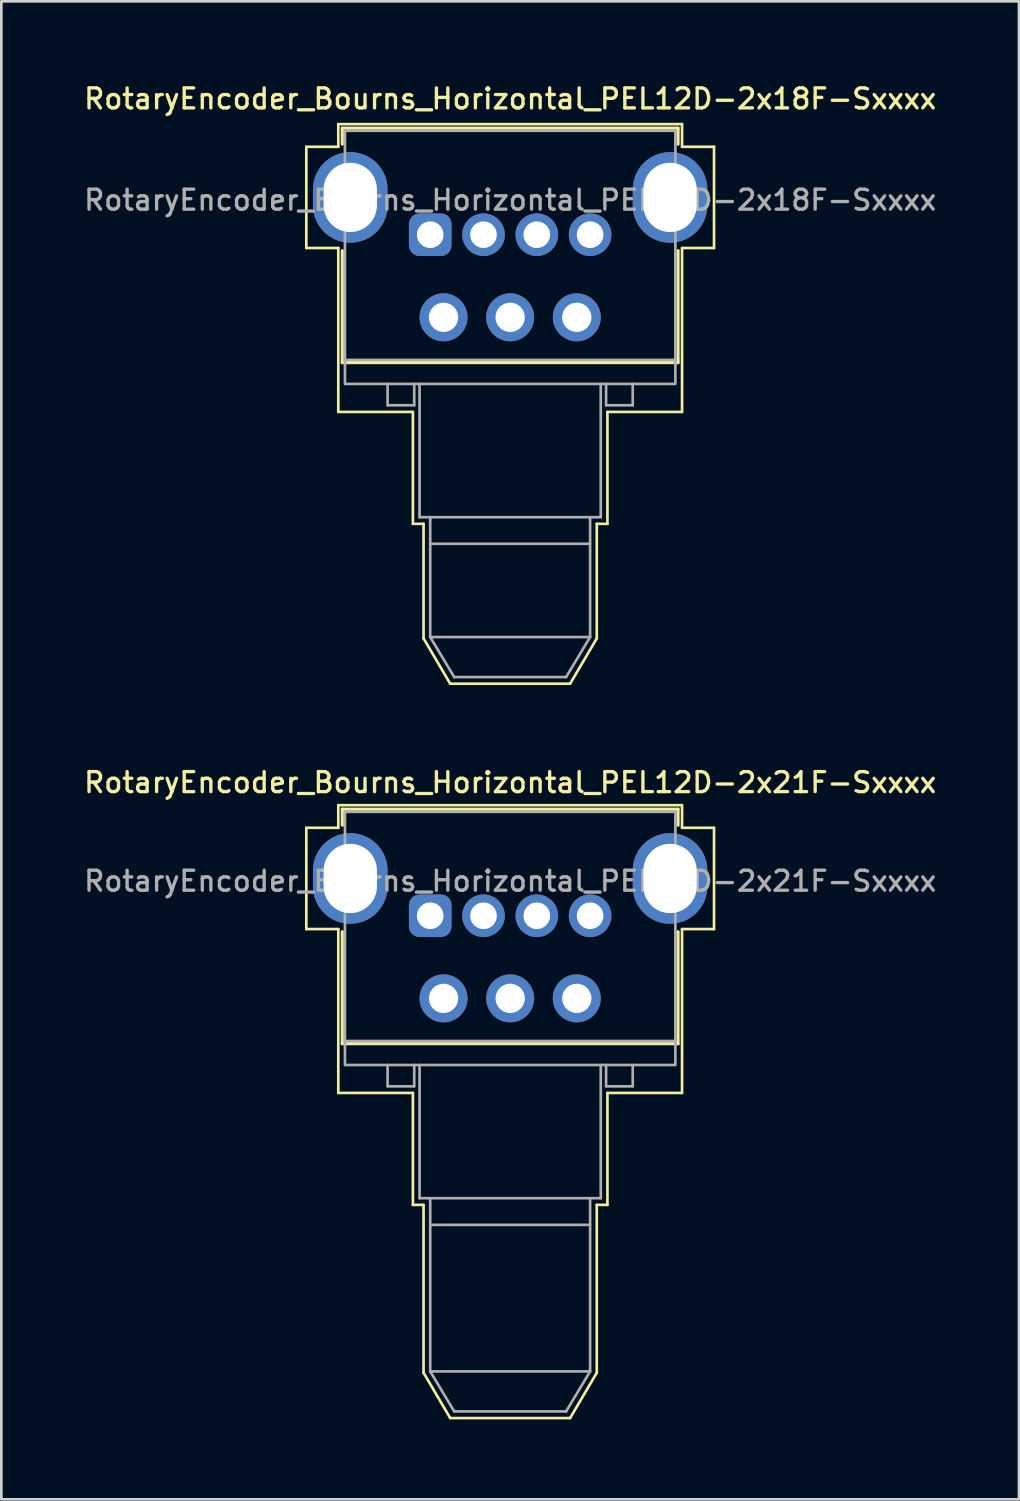
<source format=kicad_pcb>
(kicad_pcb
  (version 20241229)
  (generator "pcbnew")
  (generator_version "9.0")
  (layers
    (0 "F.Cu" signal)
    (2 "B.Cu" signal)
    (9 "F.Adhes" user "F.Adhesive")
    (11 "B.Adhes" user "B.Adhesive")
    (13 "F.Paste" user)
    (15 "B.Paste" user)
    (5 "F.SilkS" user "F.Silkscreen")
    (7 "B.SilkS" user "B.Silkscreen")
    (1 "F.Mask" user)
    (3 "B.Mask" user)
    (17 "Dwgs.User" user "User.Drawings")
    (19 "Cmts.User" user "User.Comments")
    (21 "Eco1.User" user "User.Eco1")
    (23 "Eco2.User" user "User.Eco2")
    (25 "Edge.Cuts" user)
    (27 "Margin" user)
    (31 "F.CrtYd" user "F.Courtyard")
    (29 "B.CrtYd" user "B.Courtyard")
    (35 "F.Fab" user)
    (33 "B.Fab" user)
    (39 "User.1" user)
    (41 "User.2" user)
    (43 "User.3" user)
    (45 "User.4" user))
  (footprint "RotaryEncoder_Bourns_Horizontal_PEL12D-2x18F-Sxxxx"
    (layer "F.Cu")
    (at 13.095 5.758)
    (property "Reference" "RotaryEncoder_Bourns_Horizontal_PEL12D-2x18F-Sxxxx" (at 3 -5.1 0) (layer "F.SilkS") (effects (font (size 0.75 0.75) (thickness 0.125))))
    (attr through_hole)
    (fp_line (start -4.65 -3.3) (end -4.65 0.5) (stroke (width 0.1) (type default)) (layer "F.SilkS"))
    (fp_line (start -4.65 0.5) (end -3.45 0.5) (stroke (width 0.1) (type default)) (layer "F.SilkS"))
    (fp_line (start -3.45 -4.15) (end -3.45 -3.3) (stroke (width 0.1) (type default)) (layer "F.SilkS"))
    (fp_line (start -3.45 -3.3) (end -4.65 -3.3) (stroke (width 0.1) (type default)) (layer "F.SilkS"))
    (fp_line (start -3.45 0.5) (end -3.45 6.65) (stroke (width 0.1) (type default)) (layer "F.SilkS"))
    (fp_line (start -3.3 -4) (end -3.3 -3.4) (stroke (width 0.12) (type default)) (layer "F.SilkS"))
    (fp_line (start -3.3 0.6) (end -3.3 4.8) (stroke (width 0.12) (type default)) (layer "F.SilkS"))
    (fp_line (start -3.3 4.8) (end 9.3 4.8) (stroke (width 0.12) (type default)) (layer "F.SilkS"))
    (fp_line (start -0.65 6.65) (end -3.45 6.65) (stroke (width 0.1) (type default)) (layer "F.SilkS"))
    (fp_line (start -0.65 10.85) (end -0.65 6.65) (stroke (width 0.1) (type default)) (layer "F.SilkS"))
    (fp_line (start -0.65 10.85) (end -0.25 10.85) (stroke (width 0.1) (type default)) (layer "F.SilkS"))
    (fp_line (start -0.25 10.85) (end -0.25 15.15) (stroke (width 0.1) (type default)) (layer "F.SilkS"))
    (fp_line (start -0.25 15.15) (end 0.75 16.85) (stroke (width 0.1) (type default)) (layer "F.SilkS"))
    (fp_line (start 0.75 16.85) (end 5.25 16.85) (stroke (width 0.1) (type default)) (layer "F.SilkS"))
    (fp_line (start 6.25 10.85) (end 6.65 10.85) (stroke (width 0.1) (type default)) (layer "F.SilkS"))
    (fp_line (start 6.25 15.15) (end 5.25 16.85) (stroke (width 0.1) (type default)) (layer "F.SilkS"))
    (fp_line (start 6.25 15.15) (end 6.25 10.85) (stroke (width 0.1) (type default)) (layer "F.SilkS"))
    (fp_line (start 6.65 6.65) (end 9.45 6.65) (stroke (width 0.1) (type default)) (layer "F.SilkS"))
    (fp_line (start 6.65 10.85) (end 6.65 6.65) (stroke (width 0.1) (type default)) (layer "F.SilkS"))
    (fp_line (start 9.3 -4) (end -3.3 -4) (stroke (width 0.12) (type default)) (layer "F.SilkS"))
    (fp_line (start 9.3 -3.4) (end 9.3 -4) (stroke (width 0.12) (type default)) (layer "F.SilkS"))
    (fp_line (start 9.3 4.8) (end 9.3 0.6) (stroke (width 0.12) (type default)) (layer "F.SilkS"))
    (fp_line (start 9.45 -4.15) (end -3.45 -4.15) (stroke (width 0.1) (type default)) (layer "F.SilkS"))
    (fp_line (start 9.45 -3.3) (end 9.45 -4.15) (stroke (width 0.1) (type default)) (layer "F.SilkS"))
    (fp_line (start 9.45 0.5) (end 10.65 0.5) (stroke (width 0.1) (type default)) (layer "F.SilkS"))
    (fp_line (start 9.45 6.65) (end 9.45 0.5) (stroke (width 0.1) (type default)) (layer "F.SilkS"))
    (fp_line (start 10.65 -3.3) (end 9.45 -3.3) (stroke (width 0.1) (type default)) (layer "F.SilkS"))
    (fp_line (start 10.65 0.5) (end 10.65 -3.3) (stroke (width 0.1) (type default)) (layer "F.SilkS"))
    (fp_line (start -1.6 5.6) (end -1.6 6.4) (stroke (width 0.1) (type default)) (layer "F.Fab"))
    (fp_line (start -1.6 6.4) (end -0.6 6.4) (stroke (width 0.1) (type default)) (layer "F.Fab"))
    (fp_line (start -0.6 6.4) (end -0.6 5.6) (stroke (width 0.1) (type default)) (layer "F.Fab"))
    (fp_line (start -0.4 10.6) (end -0.4 5.6) (stroke (width 0.1) (type default)) (layer "F.Fab"))
    (fp_line (start 0 15.1) (end 0 10.6) (stroke (width 0.1) (type default)) (layer "F.Fab"))
    (fp_line (start 0 15.1) (end 0.9 16.6) (stroke (width 0.1) (type default)) (layer "F.Fab"))
    (fp_line (start 0.9 16.6) (end 5.1 16.6) (stroke (width 0.1) (type default)) (layer "F.Fab"))
    (fp_line (start 6 10.6) (end 6 15.1) (stroke (width 0.1) (type default)) (layer "F.Fab"))
    (fp_line (start 6 11.6) (end 0 11.6) (stroke (width 0.1) (type default)) (layer "F.Fab"))
    (fp_line (start 6 15.1) (end 0 15.1) (stroke (width 0.1) (type default)) (layer "F.Fab"))
    (fp_line (start 6 15.1) (end 5.1 16.6) (stroke (width 0.1) (type default)) (layer "F.Fab"))
    (fp_line (start 6.4 5.6) (end 6.4 10.6) (stroke (width 0.1) (type default)) (layer "F.Fab"))
    (fp_line (start 6.4 10.6) (end -0.4 10.6) (stroke (width 0.1) (type default)) (layer "F.Fab"))
    (fp_line (start 6.6 6.4) (end 6.6 5.6) (stroke (width 0.1) (type default)) (layer "F.Fab"))
    (fp_line (start 7.6 5.6) (end 7.6 6.4) (stroke (width 0.1) (type default)) (layer "F.Fab"))
    (fp_line (start 7.6 6.4) (end 6.6 6.4) (stroke (width 0.1) (type default)) (layer "F.Fab"))
    (fp_line (start 9.2 4.7) (end -3.2 4.7) (stroke (width 0.1) (type default)) (layer "F.Fab"))
    (fp_rect (start -3.2 -3.9) (end 9.2 5.6) (stroke (width 0.1) (type default)) (fill no) (layer "F.Fab"))
    (fp_text user "${REFERENCE}" (at 3 -1.3 0) (layer "F.Fab") (effects (font (size 0.75 0.75) (thickness 0.125))))
    (pad "1" thru_hole roundrect (at 0 0 270) (size 1.6 1.6) (drill 1) (layers "*.Cu" "*.Mask") (roundrect_rratio 0.25))
    (pad "2" thru_hole circle (at 2 0 270) (size 1.6 1.6) (drill 1) (layers "*.Cu" "*.Mask"))
    (pad "3" thru_hole circle (at 4 0 270) (size 1.6 1.6) (drill 1) (layers "*.Cu" "*.Mask"))
    (pad "4" thru_hole circle (at 6 0 270) (size 1.6 1.6) (drill 1) (layers "*.Cu" "*.Mask"))
    (pad "A" thru_hole circle (at 0.5 3.1 270) (size 1.8 1.8) (drill 1.1) (layers "*.Cu" "*.Mask"))
    (pad "B" thru_hole circle (at 3 3.1 270) (size 1.8 1.8) (drill 1.1) (layers "*.Cu" "*.Mask"))
    (pad "C" thru_hole circle (at 5.5 3.1 270) (size 1.8 1.8) (drill 1.1) (layers "*.Cu" "*.Mask"))
    (pad "SH" thru_hole oval (at -3 -1.4 270) (size 3.4 2.8) (drill oval 2.6 2) (layers "*.Cu" "*.Mask"))
    (pad "SH" thru_hole oval (at 9 -1.4 270) (size 3.4 2.8) (drill oval 2.6 2) (layers "*.Cu" "*.Mask"))
    (zone (net_name "") (layer "F.Cu") (hatch edge 0.5) (connect_pads) (min_thickness 0.25) (filled_areas_thickness no) (keepout (tracks not_allowed) (vias not_allowed) (pads not_allowed) (copperpour allowed) (footprints allowed)) (placement (enabled no)) (fill) (polygon (pts (xy 10.395 2.558) (xy 10.395 1.658) (xy 9.695 1.658) (xy 9.695 2.558))))
    (zone (net_name "") (layer "F.Cu") (hatch edge 0.5) (connect_pads) (min_thickness 0.25) (filled_areas_thickness no) (keepout (tracks not_allowed) (vias not_allowed) (pads not_allowed) (copperpour allowed) (footprints allowed)) (placement (enabled no)) (fill) (polygon (pts (xy 22.495 2.558) (xy 22.495 1.658) (xy 21.795 1.658) (xy 21.795 2.558))))
    (zone (net_name "") (layers "F.Cu" "F.Fab") (hatch edge 0.5) (connect_pads) (min_thickness 0.25) (filled_areas_thickness no) (keepout (tracks not_allowed) (vias not_allowed) (pads not_allowed) (copperpour allowed) (footprints allowed)) (placement (enabled no)) (fill) (polygon (pts (xy 10.395 10.658) (xy 10.395 9.358) (xy 9.645 9.358) (xy 9.645 10.658))))
    (zone (net_name "") (layers "F.Cu" "F.Fab") (hatch edge 0.5) (connect_pads) (min_thickness 0.25) (filled_areas_thickness no) (keepout (tracks not_allowed) (vias not_allowed) (pads not_allowed) (copperpour allowed) (footprints allowed)) (placement (enabled no)) (fill) (polygon (pts (xy 22.545 10.658) (xy 22.545 9.358) (xy 21.795 9.358) (xy 21.795 10.658)))))
  (footprint "RotaryEncoder_Bourns_Horizontal_PEL12D-2x21F-Sxxxx"
    (layer "F.Cu")
    (at 13.095 31.316)
    (property "Reference" "RotaryEncoder_Bourns_Horizontal_PEL12D-2x21F-Sxxxx" (at 3 -5 0) (layer "F.SilkS") (effects (font (size 0.75 0.75) (thickness 0.125))))
    (attr through_hole)
    (fp_line (start -4.65 -3.3) (end -4.65 0.5) (stroke (width 0.1) (type default)) (layer "F.SilkS"))
    (fp_line (start -4.65 0.5) (end -3.45 0.5) (stroke (width 0.1) (type default)) (layer "F.SilkS"))
    (fp_line (start -3.45 -4.15) (end -3.45 -3.3) (stroke (width 0.1) (type default)) (layer "F.SilkS"))
    (fp_line (start -3.45 -3.3) (end -4.65 -3.3) (stroke (width 0.1) (type default)) (layer "F.SilkS"))
    (fp_line (start -3.45 0.5) (end -3.45 6.65) (stroke (width 0.1) (type default)) (layer "F.SilkS"))
    (fp_line (start -3.3 -4) (end -3.3 -3.4) (stroke (width 0.12) (type default)) (layer "F.SilkS"))
    (fp_line (start -3.3 0.6) (end -3.3 4.8) (stroke (width 0.12) (type default)) (layer "F.SilkS"))
    (fp_line (start -3.3 4.8) (end 9.3 4.8) (stroke (width 0.12) (type default)) (layer "F.SilkS"))
    (fp_line (start -0.65 6.65) (end -3.45 6.65) (stroke (width 0.1) (type default)) (layer "F.SilkS"))
    (fp_line (start -0.65 10.85) (end -0.65 6.65) (stroke (width 0.1) (type default)) (layer "F.SilkS"))
    (fp_line (start -0.65 10.85) (end -0.25 10.85) (stroke (width 0.1) (type default)) (layer "F.SilkS"))
    (fp_line (start -0.25 10.85) (end -0.25 17.15) (stroke (width 0.1) (type default)) (layer "F.SilkS"))
    (fp_line (start -0.25 17.15) (end 0.75 18.85) (stroke (width 0.1) (type default)) (layer "F.SilkS"))
    (fp_line (start 0.75 18.85) (end 5.25 18.85) (stroke (width 0.1) (type default)) (layer "F.SilkS"))
    (fp_line (start 6.25 10.85) (end 6.65 10.85) (stroke (width 0.1) (type default)) (layer "F.SilkS"))
    (fp_line (start 6.25 17.15) (end 5.25 18.85) (stroke (width 0.1) (type default)) (layer "F.SilkS"))
    (fp_line (start 6.25 17.15) (end 6.25 10.85) (stroke (width 0.1) (type default)) (layer "F.SilkS"))
    (fp_line (start 6.65 6.65) (end 9.45 6.65) (stroke (width 0.1) (type default)) (layer "F.SilkS"))
    (fp_line (start 6.65 10.85) (end 6.65 6.65) (stroke (width 0.1) (type default)) (layer "F.SilkS"))
    (fp_line (start 9.3 -4) (end -3.3 -4) (stroke (width 0.12) (type default)) (layer "F.SilkS"))
    (fp_line (start 9.3 -3.4) (end 9.3 -4) (stroke (width 0.12) (type default)) (layer "F.SilkS"))
    (fp_line (start 9.3 4.8) (end 9.3 0.6) (stroke (width 0.12) (type default)) (layer "F.SilkS"))
    (fp_line (start 9.45 -4.15) (end -3.45 -4.15) (stroke (width 0.1) (type default)) (layer "F.SilkS"))
    (fp_line (start 9.45 -3.3) (end 9.45 -4.15) (stroke (width 0.1) (type default)) (layer "F.SilkS"))
    (fp_line (start 9.45 0.5) (end 10.65 0.5) (stroke (width 0.1) (type default)) (layer "F.SilkS"))
    (fp_line (start 9.45 6.65) (end 9.45 0.5) (stroke (width 0.1) (type default)) (layer "F.SilkS"))
    (fp_line (start 10.65 -3.3) (end 9.45 -3.3) (stroke (width 0.1) (type default)) (layer "F.SilkS"))
    (fp_line (start 10.65 0.5) (end 10.65 -3.3) (stroke (width 0.1) (type default)) (layer "F.SilkS"))
    (fp_line (start -1.6 5.6) (end -1.6 6.4) (stroke (width 0.1) (type default)) (layer "F.Fab"))
    (fp_line (start -1.6 6.4) (end -0.6 6.4) (stroke (width 0.1) (type default)) (layer "F.Fab"))
    (fp_line (start -0.6 6.4) (end -0.6 5.6) (stroke (width 0.1) (type default)) (layer "F.Fab"))
    (fp_line (start -0.4 10.6) (end -0.4 5.6) (stroke (width 0.1) (type default)) (layer "F.Fab"))
    (fp_line (start 0 17.1) (end 0 10.6) (stroke (width 0.1) (type default)) (layer "F.Fab"))
    (fp_line (start 0 17.1) (end 0.9 18.6) (stroke (width 0.1) (type default)) (layer "F.Fab"))
    (fp_line (start 0.9 18.6) (end 5.1 18.6) (stroke (width 0.1) (type default)) (layer "F.Fab"))
    (fp_line (start 6 10.6) (end 6 17.1) (stroke (width 0.1) (type default)) (layer "F.Fab"))
    (fp_line (start 6 11.6) (end 0 11.6) (stroke (width 0.1) (type default)) (layer "F.Fab"))
    (fp_line (start 6 17.1) (end 0 17.1) (stroke (width 0.1) (type default)) (layer "F.Fab"))
    (fp_line (start 6 17.1) (end 5.1 18.6) (stroke (width 0.1) (type default)) (layer "F.Fab"))
    (fp_line (start 6.4 5.6) (end 6.4 10.6) (stroke (width 0.1) (type default)) (layer "F.Fab"))
    (fp_line (start 6.4 10.6) (end -0.4 10.6) (stroke (width 0.1) (type default)) (layer "F.Fab"))
    (fp_line (start 6.6 6.4) (end 6.6 5.6) (stroke (width 0.1) (type default)) (layer "F.Fab"))
    (fp_line (start 7.6 5.6) (end 7.6 6.4) (stroke (width 0.1) (type default)) (layer "F.Fab"))
    (fp_line (start 7.6 6.4) (end 6.6 6.4) (stroke (width 0.1) (type default)) (layer "F.Fab"))
    (fp_line (start 9.2 4.7) (end -3.2 4.7) (stroke (width 0.1) (type default)) (layer "F.Fab"))
    (fp_rect (start -3.2 -3.9) (end 9.2 5.6) (stroke (width 0.1) (type default)) (fill no) (layer "F.Fab"))
    (fp_text user "${REFERENCE}" (at 3 -1.3 0) (layer "F.Fab") (effects (font (size 0.75 0.75) (thickness 0.125))))
    (pad "1" thru_hole roundrect (at 0 0 270) (size 1.6 1.6) (drill 1) (layers "*.Cu" "*.Mask") (roundrect_rratio 0.25))
    (pad "2" thru_hole circle (at 2 0 270) (size 1.6 1.6) (drill 1) (layers "*.Cu" "*.Mask"))
    (pad "3" thru_hole circle (at 4 0 270) (size 1.6 1.6) (drill 1) (layers "*.Cu" "*.Mask"))
    (pad "4" thru_hole circle (at 6 0 270) (size 1.6 1.6) (drill 1) (layers "*.Cu" "*.Mask"))
    (pad "A" thru_hole circle (at 0.5 3.1 270) (size 1.8 1.8) (drill 1.1) (layers "*.Cu" "*.Mask"))
    (pad "B" thru_hole circle (at 3 3.1 270) (size 1.8 1.8) (drill 1.1) (layers "*.Cu" "*.Mask"))
    (pad "C" thru_hole circle (at 5.5 3.1 270) (size 1.8 1.8) (drill 1.1) (layers "*.Cu" "*.Mask"))
    (pad "SH" thru_hole oval (at -3 -1.4 270) (size 3.4 2.8) (drill oval 2.6 2) (layers "*.Cu" "*.Mask"))
    (pad "SH" thru_hole oval (at 9 -1.4 270) (size 3.4 2.8) (drill oval 2.6 2) (layers "*.Cu" "*.Mask"))
    (zone (net_name "") (layer "F.Cu") (hatch edge 0.5) (connect_pads) (min_thickness 0.25) (filled_areas_thickness no) (keepout (tracks not_allowed) (vias not_allowed) (pads not_allowed) (copperpour allowed) (footprints allowed)) (placement (enabled no)) (fill) (polygon (pts (xy 10.395 28.116) (xy 10.395 27.216) (xy 9.695 27.216) (xy 9.695 28.116))))
    (zone (net_name "") (layer "F.Cu") (hatch edge 0.5) (connect_pads) (min_thickness 0.25) (filled_areas_thickness no) (keepout (tracks not_allowed) (vias not_allowed) (pads not_allowed) (copperpour allowed) (footprints allowed)) (placement (enabled no)) (fill) (polygon (pts (xy 22.495 28.116) (xy 22.495 27.216) (xy 21.795 27.216) (xy 21.795 28.116))))
    (zone (net_name "") (layers "F.Cu" "F.Fab") (hatch edge 0.5) (connect_pads) (min_thickness 0.25) (filled_areas_thickness no) (keepout (tracks not_allowed) (vias not_allowed) (pads not_allowed) (copperpour allowed) (footprints allowed)) (placement (enabled no)) (fill) (polygon (pts (xy 10.395 36.216) (xy 10.395 34.916) (xy 9.645 34.916) (xy 9.645 36.216))))
    (zone (net_name "") (layers "F.Cu" "F.Fab") (hatch edge 0.5) (connect_pads) (min_thickness 0.25) (filled_areas_thickness no) (keepout (tracks not_allowed) (vias not_allowed) (pads not_allowed) (copperpour allowed) (footprints allowed)) (placement (enabled no)) (fill) (polygon (pts (xy 22.545 36.216) (xy 22.545 34.916) (xy 21.795 34.916) (xy 21.795 36.216)))))
  (gr_rect
    (start -3 -3)
    (end 35.189 53.216)
    (stroke (width 0.1) (type default))
    (fill no)
    (layer "Edge.Cuts")))
</source>
